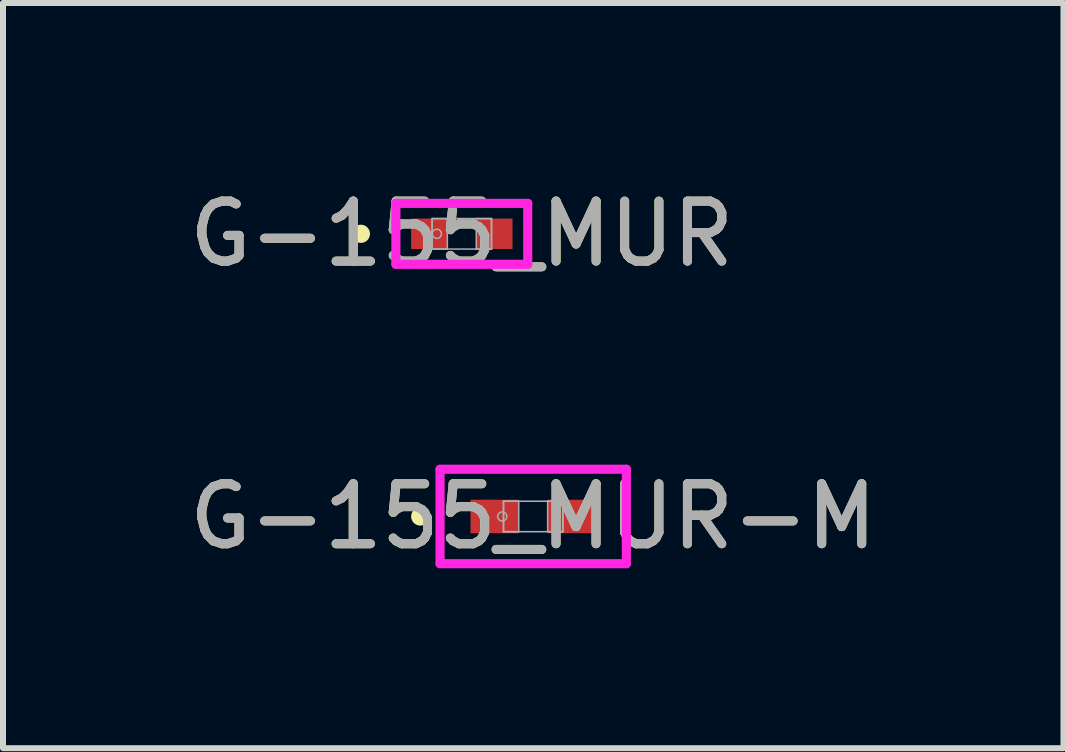
<source format=kicad_pcb>
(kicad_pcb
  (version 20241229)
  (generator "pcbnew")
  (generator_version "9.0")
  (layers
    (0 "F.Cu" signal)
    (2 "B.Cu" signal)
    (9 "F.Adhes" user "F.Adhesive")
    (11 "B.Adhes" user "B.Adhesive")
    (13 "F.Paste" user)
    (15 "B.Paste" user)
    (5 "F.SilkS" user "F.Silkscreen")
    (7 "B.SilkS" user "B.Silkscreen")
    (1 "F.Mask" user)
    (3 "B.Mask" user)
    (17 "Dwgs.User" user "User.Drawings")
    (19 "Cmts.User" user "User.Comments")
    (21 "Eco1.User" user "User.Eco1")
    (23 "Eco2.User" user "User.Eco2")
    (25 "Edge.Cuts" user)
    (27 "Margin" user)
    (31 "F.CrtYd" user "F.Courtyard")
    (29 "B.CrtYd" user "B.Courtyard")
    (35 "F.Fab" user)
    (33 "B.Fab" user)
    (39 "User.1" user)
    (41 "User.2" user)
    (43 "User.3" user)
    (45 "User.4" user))
  (footprint "G-155_MUR-M"
    (layer "F.Cu")
    (at 5.839 5.56)
    (property "Reference" "G-155_MUR-M" (at 0 0 0) (unlocked yes) (layer "F.SilkS") (effects (font (size 1 1) (thickness 0.15))))
    (attr smd)
    (fp_circle (center -1.883 0) (end -1.807 0) (stroke (width 0.152) (type solid)) (fill no) (layer "F.SilkS"))
    (fp_line (start -1.553 -0.787) (end 1.553 -0.787) (stroke (width 0.152) (type solid)) (layer "F.CrtYd"))
    (fp_line (start -1.553 0.787) (end -1.553 -0.787) (stroke (width 0.152) (type solid)) (layer "F.CrtYd"))
    (fp_line (start 1.553 -0.787) (end 1.553 0.787) (stroke (width 0.152) (type solid)) (layer "F.CrtYd"))
    (fp_line (start 1.553 0.787) (end -1.553 0.787) (stroke (width 0.152) (type solid)) (layer "F.CrtYd"))
    (fp_line (start -0.495 -0.254) (end -0.495 0.254) (stroke (width 0.025) (type solid)) (layer "F.Fab"))
    (fp_line (start -0.495 -0.254) (end -0.495 0.254) (stroke (width 0.025) (type solid)) (layer "F.Fab"))
    (fp_line (start -0.495 0.254) (end -0.241 0.254) (stroke (width 0.025) (type solid)) (layer "F.Fab"))
    (fp_line (start -0.495 0.254) (end 0.495 0.254) (stroke (width 0.025) (type solid)) (layer "F.Fab"))
    (fp_line (start -0.241 -0.254) (end -0.495 -0.254) (stroke (width 0.025) (type solid)) (layer "F.Fab"))
    (fp_line (start -0.241 0.254) (end -0.241 -0.254) (stroke (width 0.025) (type solid)) (layer "F.Fab"))
    (fp_line (start 0.241 -0.254) (end 0.241 0.254) (stroke (width 0.025) (type solid)) (layer "F.Fab"))
    (fp_line (start 0.241 0.254) (end 0.495 0.254) (stroke (width 0.025) (type solid)) (layer "F.Fab"))
    (fp_line (start 0.495 -0.254) (end -0.495 -0.254) (stroke (width 0.025) (type solid)) (layer "F.Fab"))
    (fp_line (start 0.495 -0.254) (end 0.241 -0.254) (stroke (width 0.025) (type solid)) (layer "F.Fab"))
    (fp_line (start 0.495 0.254) (end 0.495 -0.254) (stroke (width 0.025) (type solid)) (layer "F.Fab"))
    (fp_line (start 0.495 0.254) (end 0.495 -0.254) (stroke (width 0.025) (type solid)) (layer "F.Fab"))
    (fp_circle (center -0.516 0) (end -0.44 0) (stroke (width 0.025) (type solid)) (fill no) (layer "F.Fab"))
    (fp_text user "${REFERENCE}" (at 0 0 0) (unlocked yes) (layer "F.Fab") (effects (font (size 1 1) (thickness 0.15))))
    (pad "1" smd rect (at -0.643 0) (size 0.804 0.558) (layers "F.Cu" "F.Mask" "F.Paste"))
    (pad "2" smd rect (at 0.643 0) (size 0.804 0.558) (layers "F.Cu" "F.Mask" "F.Paste"))
    (zone (net_name "") (layer "F.Cu") (hatch full 0.508) (connect_pads) (min_thickness 0.254) (filled_areas_thickness no) (keepout (tracks not_allowed) (vias not_allowed) (pads allowed) (copperpour not_allowed) (footprints allowed)) (placement (enabled no)) (fill) (polygon (pts (xy 5.649 5.356) (xy 6.03 5.356) (xy 6.03 5.763) (xy 5.649 5.763)))))
  (footprint "G-155_MUR"
    (layer "F.Cu")
    (at 4.649 0.848)
    (property "Reference" "G-155_MUR" (at 0 0 0) (unlocked yes) (layer "F.SilkS") (effects (font (size 1 1) (thickness 0.15))))
    (attr smd)
    (fp_circle (center -1.683 0) (end -1.607 0) (stroke (width 0.152) (type solid)) (fill no) (layer "F.SilkS"))
    (fp_line (start -1.099 -0.508) (end 1.099 -0.508) (stroke (width 0.152) (type solid)) (layer "F.CrtYd"))
    (fp_line (start -1.099 0.508) (end -1.099 -0.508) (stroke (width 0.152) (type solid)) (layer "F.CrtYd"))
    (fp_line (start 1.099 -0.508) (end 1.099 0.508) (stroke (width 0.152) (type solid)) (layer "F.CrtYd"))
    (fp_line (start 1.099 0.508) (end -1.099 0.508) (stroke (width 0.152) (type solid)) (layer "F.CrtYd"))
    (fp_line (start -0.495 -0.254) (end -0.495 0.254) (stroke (width 0.025) (type solid)) (layer "F.Fab"))
    (fp_line (start -0.495 -0.254) (end -0.495 0.254) (stroke (width 0.025) (type solid)) (layer "F.Fab"))
    (fp_line (start -0.495 0.254) (end -0.241 0.254) (stroke (width 0.025) (type solid)) (layer "F.Fab"))
    (fp_line (start -0.495 0.254) (end 0.495 0.254) (stroke (width 0.025) (type solid)) (layer "F.Fab"))
    (fp_line (start -0.241 -0.254) (end -0.495 -0.254) (stroke (width 0.025) (type solid)) (layer "F.Fab"))
    (fp_line (start -0.241 0.254) (end -0.241 -0.254) (stroke (width 0.025) (type solid)) (layer "F.Fab"))
    (fp_line (start 0.241 -0.254) (end 0.241 0.254) (stroke (width 0.025) (type solid)) (layer "F.Fab"))
    (fp_line (start 0.241 0.254) (end 0.495 0.254) (stroke (width 0.025) (type solid)) (layer "F.Fab"))
    (fp_line (start 0.495 -0.254) (end -0.495 -0.254) (stroke (width 0.025) (type solid)) (layer "F.Fab"))
    (fp_line (start 0.495 -0.254) (end 0.241 -0.254) (stroke (width 0.025) (type solid)) (layer "F.Fab"))
    (fp_line (start 0.495 0.254) (end 0.495 -0.254) (stroke (width 0.025) (type solid)) (layer "F.Fab"))
    (fp_line (start 0.495 0.254) (end 0.495 -0.254) (stroke (width 0.025) (type solid)) (layer "F.Fab"))
    (fp_circle (center -0.416 0) (end -0.34 0) (stroke (width 0.025) (type solid)) (fill no) (layer "F.Fab"))
    (fp_text user "${REFERENCE}" (at 0 0 0) (unlocked yes) (layer "F.Fab") (effects (font (size 1 1) (thickness 0.15))))
    (pad "1" smd rect (at -0.543 0) (size 0.604 0.508) (layers "F.Cu" "F.Mask" "F.Paste"))
    (pad "2" smd rect (at 0.543 0) (size 0.604 0.508) (layers "F.Cu" "F.Mask" "F.Paste"))
    (zone (net_name "") (layer "F.Cu") (hatch full 0.508) (connect_pads) (min_thickness 0.254) (filled_areas_thickness no) (keepout (tracks not_allowed) (vias not_allowed) (pads allowed) (copperpour not_allowed) (footprints allowed)) (placement (enabled no)) (fill) (polygon (pts (xy 4.458 0.645) (xy 4.839 0.645) (xy 4.839 1.051) (xy 4.458 1.051)))))
  (gr_rect
    (start -3 -3)
    (end 14.679 9.423)
    (stroke (width 0.1) (type default))
    (fill no)
    (layer "Edge.Cuts")))
</source>
